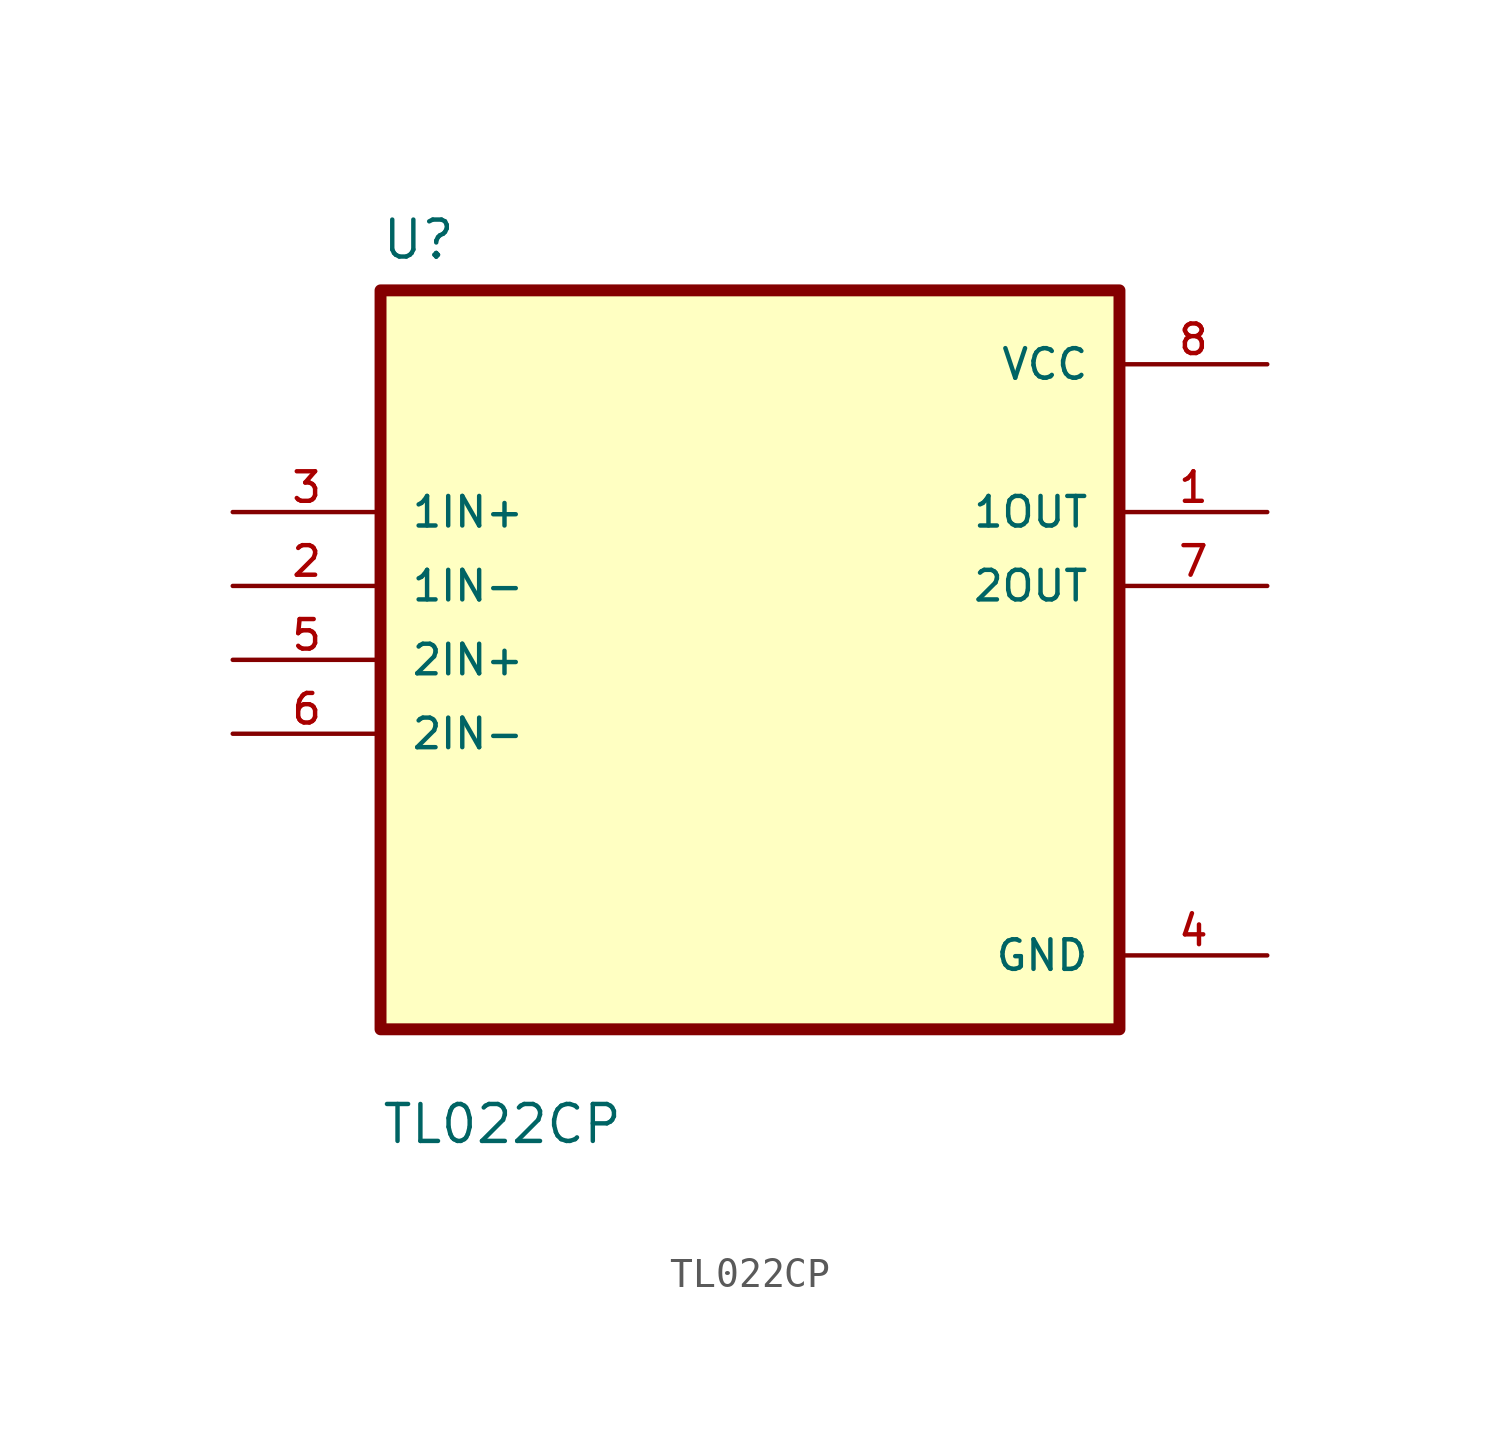
<source format=kicad_sym>
(kicad_symbol_lib
  (version 20211014)
  (generator kicad_symbol_editor)
  (symbol "TL022CP"
    (pin_names
      (offset 1.016))
    (property "Reference" "U"
      (at -12.7 13.7 0.0)
      (effects (font (size 1.27 1.27)) (justify bottom left)))
    (property "Value" "TL022CP"
      (at -12.7 -16.7 0.0)
      (effects (font (size 1.27 1.27)) (justify bottom left)))
    (symbol "TL022CP_0_0"
      (rectangle (start -12.7 -12.7) (end 12.7 12.7) (stroke (width 0.41)) (fill (type background)))
      (pin input line (at -17.78 5.08 0) (length 5.08) (name "1IN+" (effects (font (size 1.016 1.016)))) (number "3" (effects (font (size 1.016 1.016)))))
      (pin input line (at -17.78 2.54 0) (length 5.08) (name "1IN-" (effects (font (size 1.016 1.016)))) (number "2" (effects (font (size 1.016 1.016)))))
      (pin input line (at -17.78 -8.88178e-16 0) (length 5.08) (name "2IN+" (effects (font (size 1.016 1.016)))) (number "5" (effects (font (size 1.016 1.016)))))
      (pin input line (at -17.78 -2.54 0) (length 5.08) (name "2IN-" (effects (font (size 1.016 1.016)))) (number "6" (effects (font (size 1.016 1.016)))))
      (pin power_in line (at 17.78 10.16 180.0) (length 5.08) (name "VCC" (effects (font (size 1.016 1.016)))) (number "8" (effects (font (size 1.016 1.016)))))
      (pin output line (at 17.78 5.08 180.0) (length 5.08) (name "1OUT" (effects (font (size 1.016 1.016)))) (number "1" (effects (font (size 1.016 1.016)))))
      (pin output line (at 17.78 2.54 180.0) (length 5.08) (name "2OUT" (effects (font (size 1.016 1.016)))) (number "7" (effects (font (size 1.016 1.016)))))
      (pin power_in line (at 17.78 -10.16 180.0) (length 5.08) (name "GND" (effects (font (size 1.016 1.016)))) (number "4" (effects (font (size 1.016 1.016))))))))
</source>
